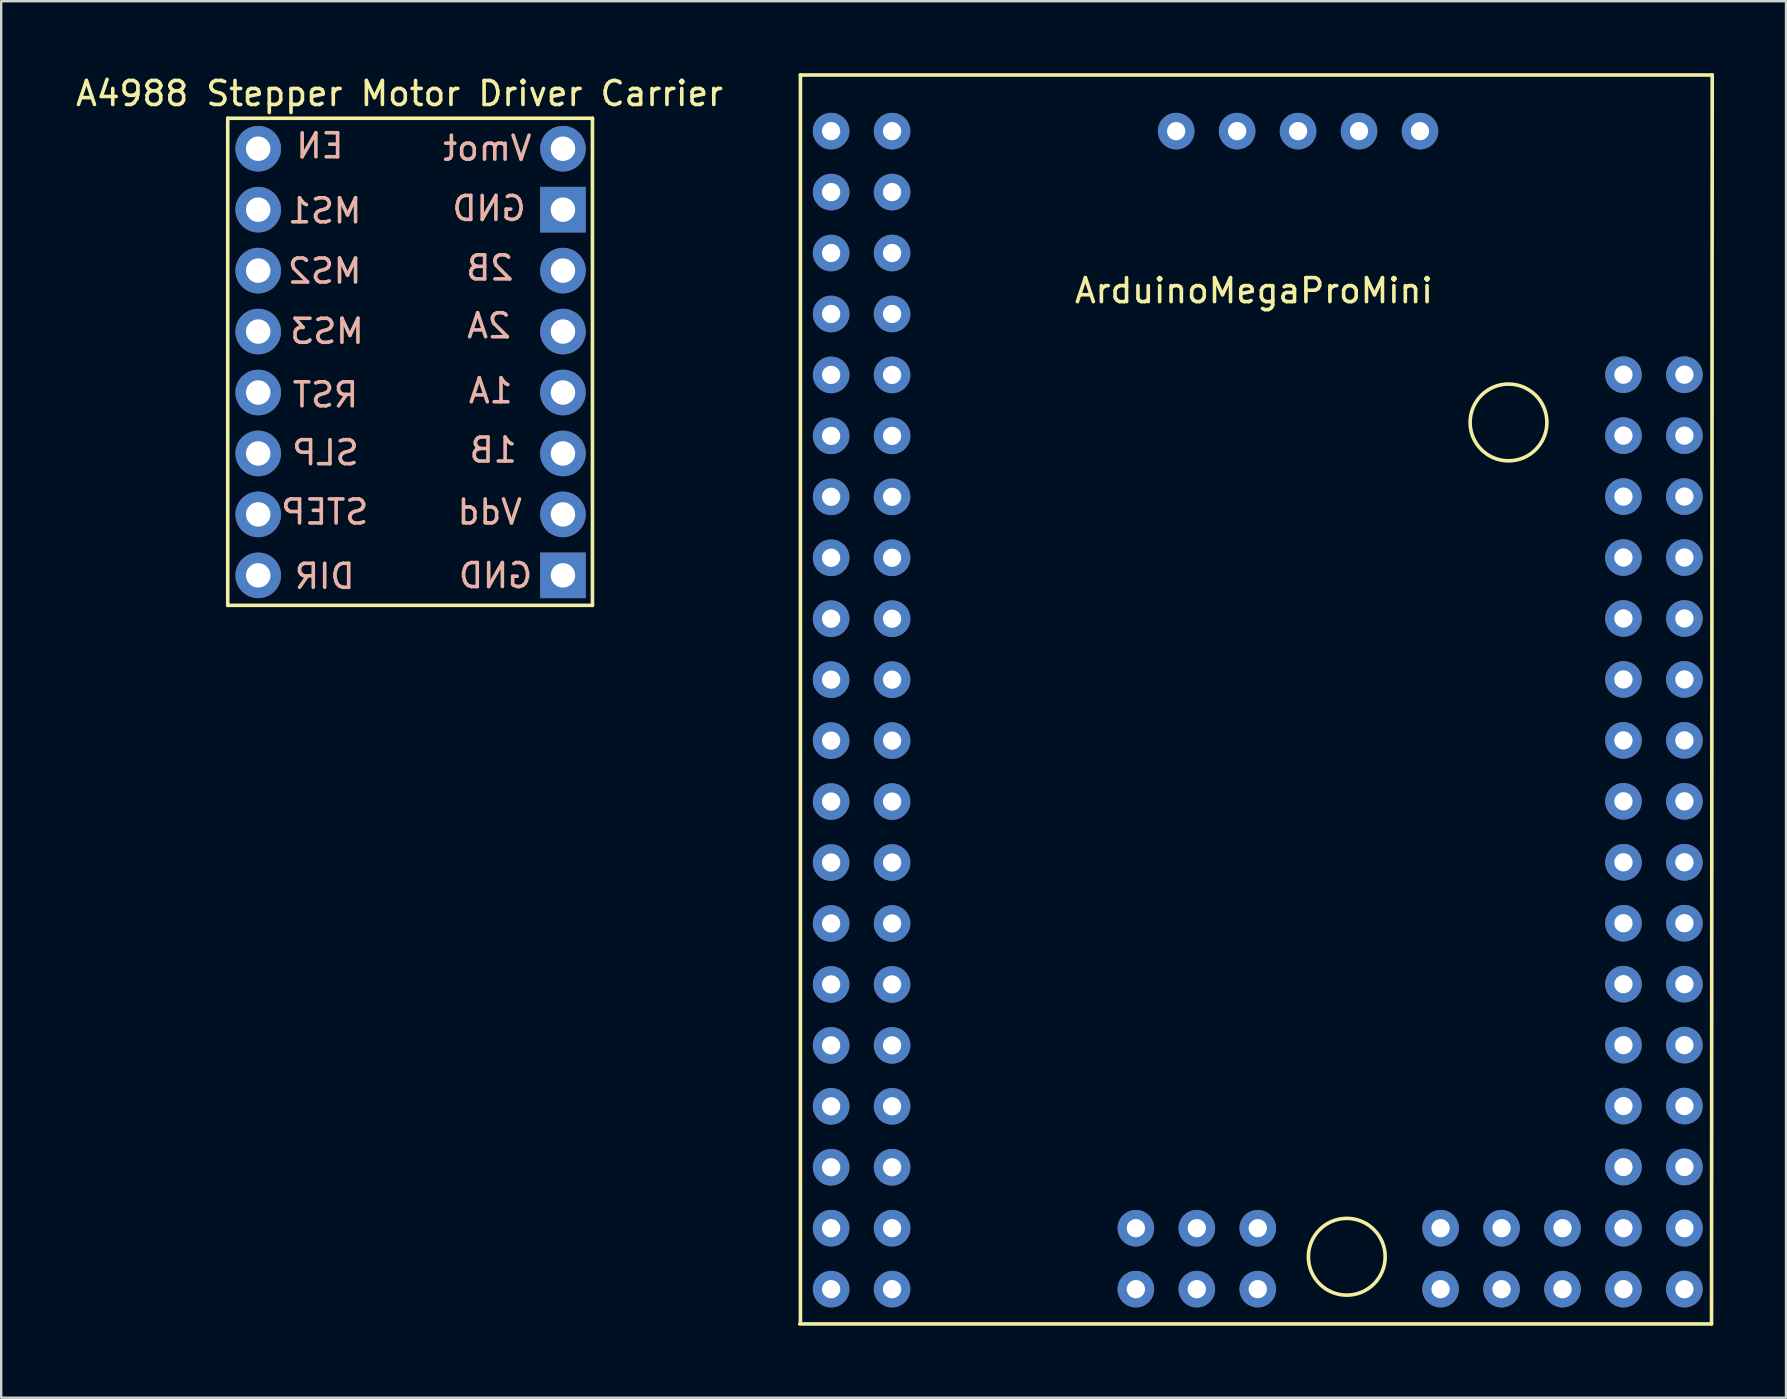
<source format=kicad_pcb>
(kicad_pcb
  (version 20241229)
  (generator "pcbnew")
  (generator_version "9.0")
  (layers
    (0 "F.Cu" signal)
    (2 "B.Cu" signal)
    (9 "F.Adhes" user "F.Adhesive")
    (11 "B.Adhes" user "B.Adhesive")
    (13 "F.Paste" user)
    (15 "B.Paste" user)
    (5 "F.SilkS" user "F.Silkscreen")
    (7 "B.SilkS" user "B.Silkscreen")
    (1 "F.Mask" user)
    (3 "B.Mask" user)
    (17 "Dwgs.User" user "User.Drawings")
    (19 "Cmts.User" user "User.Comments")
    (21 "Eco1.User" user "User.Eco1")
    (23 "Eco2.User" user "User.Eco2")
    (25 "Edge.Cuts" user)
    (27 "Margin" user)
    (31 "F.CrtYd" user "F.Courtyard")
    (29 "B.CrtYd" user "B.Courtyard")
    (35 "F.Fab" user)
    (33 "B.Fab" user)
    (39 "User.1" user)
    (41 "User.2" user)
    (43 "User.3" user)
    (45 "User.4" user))
  (footprint "A4988 Stepper Motor Driver Carrier"
    (layer "F.Cu")
    (at 6.441 1.878)
    (property "Reference" "A4988 Stepper Motor Driver Carrier" (at 7.16 -1.03 0) (layer "F.SilkS") (effects (font (size 1 1) (thickness 0.15))))
    (attr through_hole)
    (fp_line (start 0 0) (end 0 20.3) (stroke (width 0.15) (type solid)) (layer "F.SilkS"))
    (fp_line (start 0 0) (end 15.2 0) (stroke (width 0.15) (type solid)) (layer "F.SilkS"))
    (fp_line (start 0 20.3) (end 15.2 20.3) (stroke (width 0.15) (type solid)) (layer "F.SilkS"))
    (fp_line (start 15.2 0) (end 15.2 20.3) (stroke (width 0.15) (type solid)) (layer "F.SilkS"))
    (fp_text user "MS1" (at 4.04 3.86 0) (layer "B.SilkS") (effects (font (size 1 1) (thickness 0.15)) (justify mirror)))
    (fp_text user "2B" (at 10.92 6.24 0) (layer "B.SilkS") (effects (font (size 1 1) (thickness 0.15)) (justify mirror)))
    (fp_text user "SLP" (at 4.07 13.94 0) (layer "B.SilkS") (effects (font (size 1 1) (thickness 0.15)) (justify mirror)))
    (fp_text user "1A" (at 10.96 11.36 0) (layer "B.SilkS") (effects (font (size 1 1) (thickness 0.15)) (justify mirror)))
    (fp_text user "Vdd" (at 10.92 16.41 0) (layer "B.SilkS") (effects (font (size 1 1) (thickness 0.15)) (justify mirror)))
    (fp_text user "DIR" (at 4.04 19.09 0) (layer "B.SilkS") (effects (font (size 1 1) (thickness 0.15)) (justify mirror)))
    (fp_text user "GND" (at 11.16 19.06 0) (layer "B.SilkS") (effects (font (size 1 1) (thickness 0.15)) (justify mirror)))
    (fp_text user "2A" (at 10.89 8.65 0) (layer "B.SilkS") (effects (font (size 1 1) (thickness 0.15)) (justify mirror)))
    (fp_text user "RST" (at 4.07 11.53 0) (layer "B.SilkS") (effects (font (size 1 1) (thickness 0.15)) (justify mirror)))
    (fp_text user "EN" (at 3.84 1.15 0) (layer "B.SilkS") (effects (font (size 1 1) (thickness 0.15)) (justify mirror)))
    (fp_text user "MS2" (at 4.04 6.37 0) (layer "B.SilkS") (effects (font (size 1 1) (thickness 0.15)) (justify mirror)))
    (fp_text user "MS3" (at 4.14 8.88 0) (layer "B.SilkS") (effects (font (size 1 1) (thickness 0.15)) (justify mirror)))
    (fp_text user "STEP" (at 4.04 16.41 0) (layer "B.SilkS") (effects (font (size 1 1) (thickness 0.15)) (justify mirror)))
    (fp_text user "1B" (at 11.06 13.83 0) (layer "B.SilkS") (effects (font (size 1 1) (thickness 0.15)) (justify mirror)))
    (fp_text user "GND" (at 10.89 3.76 0) (layer "B.SilkS") (effects (font (size 1 1) (thickness 0.15)) (justify mirror)))
    (fp_text user "Vmot" (at 10.82 1.25 0) (layer "B.SilkS") (effects (font (size 1 1) (thickness 0.15)) (justify mirror)))
    (pad "1" thru_hole rect (at 13.97 19.05) (size 1.9 1.9) (drill 1.02) (layers "*.Cu" "*.Mask"))
    (pad "2" thru_hole circle (at 13.97 16.51) (size 1.9 1.9) (drill 1.02) (layers "*.Cu" "*.Mask"))
    (pad "3" thru_hole circle (at 13.97 13.97) (size 1.9 1.9) (drill 1.02) (layers "*.Cu" "*.Mask"))
    (pad "4" thru_hole circle (at 13.97 11.43) (size 1.9 1.9) (drill 1.02) (layers "*.Cu" "*.Mask"))
    (pad "5" thru_hole circle (at 13.97 8.89) (size 1.9 1.9) (drill 1.02) (layers "*.Cu" "*.Mask"))
    (pad "6" thru_hole circle (at 13.97 6.35) (size 1.9 1.9) (drill 1.02) (layers "*.Cu" "*.Mask"))
    (pad "7" thru_hole rect (at 13.97 3.81) (size 1.9 1.9) (drill 1.02) (layers "*.Cu" "*.Mask"))
    (pad "8" thru_hole circle (at 13.97 1.27) (size 1.9 1.9) (drill 1.02) (layers "*.Cu" "*.Mask"))
    (pad "9" thru_hole circle (at 1.27 19.05) (size 1.9 1.9) (drill 1.02) (layers "*.Cu" "*.Mask"))
    (pad "10" thru_hole circle (at 1.27 16.51) (size 1.9 1.9) (drill 1.02) (layers "*.Cu" "*.Mask"))
    (pad "11" thru_hole circle (at 1.27 13.97) (size 1.9 1.9) (drill 1.02) (layers "*.Cu" "*.Mask"))
    (pad "12" thru_hole circle (at 1.27 11.43) (size 1.9 1.9) (drill 1.02) (layers "*.Cu" "*.Mask"))
    (pad "13" thru_hole circle (at 1.27 8.89) (size 1.9 1.9) (drill 1.02) (layers "*.Cu" "*.Mask"))
    (pad "14" thru_hole circle (at 1.27 6.35) (size 1.9 1.9) (drill 1.02) (layers "*.Cu" "*.Mask"))
    (pad "15" thru_hole circle (at 1.27 3.81) (size 1.9 1.9) (drill 1.02) (layers "*.Cu" "*.Mask"))
    (pad "16" thru_hole circle (at 1.27 1.27) (size 1.9 1.9) (drill 1.02) (layers "*.Cu" "*.Mask")))
  (footprint "ArduinoMegaProMini"
    (layer "F.Cu")
    (at 44.287 4.955)
    (property "Reference" "ArduinoMegaProMini" (at 4.92 4.11 0) (layer "F.SilkS") (effects (font (size 1 1) (thickness 0.15))))
    (attr through_hole)
    (fp_line (start -14.01 47.17) (end 23.99 47.17) (stroke (width 0.15) (type solid)) (layer "F.SilkS"))
    (fp_line (start -13.98 -4.88) (end -13.98 47.12) (stroke (width 0.15) (type solid)) (layer "F.SilkS"))
    (fp_line (start -13.98 -4.88) (end 24.02 -4.88) (stroke (width 0.15) (type solid)) (layer "F.SilkS"))
    (fp_line (start 23.99 47.17) (end 24.02 -4.88) (stroke (width 0.15) (type solid)) (layer "F.SilkS"))
    (fp_circle (center 8.79 44.37) (end 10.39 44.37) (stroke (width 0.15) (type solid)) (fill no) (layer "F.SilkS"))
    (fp_circle (center 15.53 9.6) (end 17.13 9.6) (stroke (width 0.15) (type solid)) (fill no) (layer "F.SilkS"))
    (pad "0" thru_hole circle (at -10.16 7.62) (size 1.524 1.524) (drill 0.762) (layers "*.Cu" "*.Mask"))
    (pad "1" thru_hole circle (at -12.7 7.62) (size 1.524 1.524) (drill 0.762) (layers "*.Cu" "*.Mask"))
    (pad "2" thru_hole circle (at -10.16 10.16) (size 1.524 1.524) (drill 0.762) (layers "*.Cu" "*.Mask"))
    (pad "3" thru_hole circle (at -12.7 10.16) (size 1.524 1.524) (drill 0.762) (layers "*.Cu" "*.Mask"))
    (pad "4" thru_hole circle (at -10.16 12.7) (size 1.524 1.524) (drill 0.762) (layers "*.Cu" "*.Mask"))
    (pad "5" thru_hole circle (at -12.7 12.7) (size 1.524 1.524) (drill 0.762) (layers "*.Cu" "*.Mask"))
    (pad "6" thru_hole circle (at -10.16 15.24) (size 1.524 1.524) (drill 0.762) (layers "*.Cu" "*.Mask"))
    (pad "7" thru_hole circle (at -12.7 15.24) (size 1.524 1.524) (drill 0.762) (layers "*.Cu" "*.Mask"))
    (pad "8" thru_hole circle (at -10.16 17.78) (size 1.524 1.524) (drill 0.762) (layers "*.Cu" "*.Mask"))
    (pad "9" thru_hole circle (at -12.7 17.78) (size 1.524 1.524) (drill 0.762) (layers "*.Cu" "*.Mask"))
    (pad "10" thru_hole circle (at -10.16 20.32) (size 1.524 1.524) (drill 0.762) (layers "*.Cu" "*.Mask"))
    (pad "11" thru_hole circle (at -12.7 20.32) (size 1.524 1.524) (drill 0.762) (layers "*.Cu" "*.Mask"))
    (pad "12" thru_hole circle (at -10.16 22.86) (size 1.524 1.524) (drill 0.762) (layers "*.Cu" "*.Mask"))
    (pad "13" thru_hole circle (at -12.7 22.86) (size 1.524 1.524) (drill 0.762) (layers "*.Cu" "*.Mask"))
    (pad "14" thru_hole circle (at -10.16 25.4) (size 1.524 1.524) (drill 0.762) (layers "*.Cu" "*.Mask"))
    (pad "15" thru_hole circle (at -12.7 25.4) (size 1.524 1.524) (drill 0.762) (layers "*.Cu" "*.Mask"))
    (pad "16" thru_hole circle (at -10.16 27.94) (size 1.524 1.524) (drill 0.762) (layers "*.Cu" "*.Mask"))
    (pad "17" thru_hole circle (at -12.7 27.94) (size 1.524 1.524) (drill 0.762) (layers "*.Cu" "*.Mask"))
    (pad "18" thru_hole circle (at -10.16 30.48) (size 1.524 1.524) (drill 0.762) (layers "*.Cu" "*.Mask"))
    (pad "19" thru_hole circle (at -12.7 30.48) (size 1.524 1.524) (drill 0.762) (layers "*.Cu" "*.Mask"))
    (pad "20" thru_hole circle (at -10.16 33.02) (size 1.524 1.524) (drill 0.762) (layers "*.Cu" "*.Mask"))
    (pad "21" thru_hole circle (at -12.7 33.02) (size 1.524 1.524) (drill 0.762) (layers "*.Cu" "*.Mask"))
    (pad "22" thru_hole circle (at -10.16 35.56) (size 1.524 1.524) (drill 0.762) (layers "*.Cu" "*.Mask"))
    (pad "23" thru_hole circle (at -12.7 35.56) (size 1.524 1.524) (drill 0.762) (layers "*.Cu" "*.Mask"))
    (pad "24" thru_hole circle (at -10.16 38.1) (size 1.524 1.524) (drill 0.762) (layers "*.Cu" "*.Mask"))
    (pad "25" thru_hole circle (at -12.7 38.1) (size 1.524 1.524) (drill 0.762) (layers "*.Cu" "*.Mask"))
    (pad "26" thru_hole circle (at -10.16 40.64) (size 1.524 1.524) (drill 0.762) (layers "*.Cu" "*.Mask"))
    (pad "27" thru_hole circle (at -12.7 40.64) (size 1.524 1.524) (drill 0.762) (layers "*.Cu" "*.Mask"))
    (pad "28" thru_hole circle (at -10.16 43.18) (size 1.524 1.524) (drill 0.762) (layers "*.Cu" "*.Mask"))
    (pad "29" thru_hole circle (at -12.7 43.18) (size 1.524 1.524) (drill 0.762) (layers "*.Cu" "*.Mask"))
    (pad "30" thru_hole circle (at -10.16 45.72) (size 1.524 1.524) (drill 0.762) (layers "*.Cu" "*.Mask"))
    (pad "31" thru_hole circle (at -12.7 45.72) (size 1.524 1.524) (drill 0.762) (layers "*.Cu" "*.Mask"))
    (pad "32" thru_hole circle (at 22.86 27.93) (size 1.524 1.524) (drill 0.762) (layers "*.Cu" "*.Mask"))
    (pad "33" thru_hole circle (at 20.32 27.93) (size 1.524 1.524) (drill 0.762) (layers "*.Cu" "*.Mask"))
    (pad "34" thru_hole circle (at 22.86 30.47) (size 1.524 1.524) (drill 0.762) (layers "*.Cu" "*.Mask"))
    (pad "35" thru_hole circle (at 20.32 30.47) (size 1.524 1.524) (drill 0.762) (layers "*.Cu" "*.Mask"))
    (pad "36" thru_hole circle (at 22.86 33.01) (size 1.524 1.524) (drill 0.762) (layers "*.Cu" "*.Mask"))
    (pad "37" thru_hole circle (at 20.32 33.01) (size 1.524 1.524) (drill 0.762) (layers "*.Cu" "*.Mask"))
    (pad "38" thru_hole circle (at 22.86 35.55) (size 1.524 1.524) (drill 0.762) (layers "*.Cu" "*.Mask"))
    (pad "39" thru_hole circle (at 20.32 35.55) (size 1.524 1.524) (drill 0.762) (layers "*.Cu" "*.Mask"))
    (pad "40" thru_hole circle (at 22.86 38.09) (size 1.524 1.524) (drill 0.762) (layers "*.Cu" "*.Mask"))
    (pad "41" thru_hole circle (at 20.32 38.09) (size 1.524 1.524) (drill 0.762) (layers "*.Cu" "*.Mask"))
    (pad "42" thru_hole circle (at 22.86 40.63) (size 1.524 1.524) (drill 0.762) (layers "*.Cu" "*.Mask"))
    (pad "43" thru_hole circle (at 20.32 40.63) (size 1.524 1.524) (drill 0.762) (layers "*.Cu" "*.Mask"))
    (pad "44" thru_hole circle (at 22.86 43.18) (size 1.524 1.524) (drill 0.762) (layers "*.Cu" "*.Mask"))
    (pad "45" thru_hole circle (at 20.32 43.18) (size 1.524 1.524) (drill 0.762) (layers "*.Cu" "*.Mask"))
    (pad "46" thru_hole circle (at 22.86 45.72) (size 1.524 1.524) (drill 0.762) (layers "*.Cu" "*.Mask"))
    (pad "47" thru_hole circle (at 20.32 45.72) (size 1.524 1.524) (drill 0.762) (layers "*.Cu" "*.Mask"))
    (pad "48" thru_hole circle (at 17.78 45.72) (size 1.524 1.524) (drill 0.762) (layers "*.Cu" "*.Mask"))
    (pad "49" thru_hole circle (at 17.78 43.18) (size 1.524 1.524) (drill 0.762) (layers "*.Cu" "*.Mask"))
    (pad "50" thru_hole circle (at 15.24 45.72) (size 1.524 1.524) (drill 0.762) (layers "*.Cu" "*.Mask"))
    (pad "51" thru_hole circle (at 15.24 43.18) (size 1.524 1.524) (drill 0.762) (layers "*.Cu" "*.Mask"))
    (pad "52" thru_hole circle (at 12.7 45.72) (size 1.524 1.524) (drill 0.762) (layers "*.Cu" "*.Mask"))
    (pad "53" thru_hole circle (at 12.7 43.18) (size 1.524 1.524) (drill 0.762) (layers "*.Cu" "*.Mask"))
    (pad "54" thru_hole circle (at 22.86 7.61) (size 1.524 1.524) (drill 0.762) (layers "*.Cu" "*.Mask"))
    (pad "55" thru_hole circle (at 20.32 7.61) (size 1.524 1.524) (drill 0.762) (layers "*.Cu" "*.Mask"))
    (pad "56" thru_hole circle (at 22.86 10.15) (size 1.524 1.524) (drill 0.762) (layers "*.Cu" "*.Mask"))
    (pad "57" thru_hole circle (at 20.32 10.15) (size 1.524 1.524) (drill 0.762) (layers "*.Cu" "*.Mask"))
    (pad "58" thru_hole circle (at 22.86 12.69) (size 1.524 1.524) (drill 0.762) (layers "*.Cu" "*.Mask"))
    (pad "59" thru_hole circle (at 20.32 12.69) (size 1.524 1.524) (drill 0.762) (layers "*.Cu" "*.Mask"))
    (pad "60" thru_hole circle (at 22.86 15.23) (size 1.524 1.524) (drill 0.762) (layers "*.Cu" "*.Mask"))
    (pad "61" thru_hole circle (at 20.32 15.23) (size 1.524 1.524) (drill 0.762) (layers "*.Cu" "*.Mask"))
    (pad "62" thru_hole circle (at 22.86 17.77) (size 1.524 1.524) (drill 0.762) (layers "*.Cu" "*.Mask"))
    (pad "63" thru_hole circle (at 20.32 17.77) (size 1.524 1.524) (drill 0.762) (layers "*.Cu" "*.Mask"))
    (pad "64" thru_hole circle (at 22.86 20.31) (size 1.524 1.524) (drill 0.762) (layers "*.Cu" "*.Mask"))
    (pad "65" thru_hole circle (at 20.32 20.31) (size 1.524 1.524) (drill 0.762) (layers "*.Cu" "*.Mask"))
    (pad "66" thru_hole circle (at 22.86 22.85) (size 1.524 1.524) (drill 0.762) (layers "*.Cu" "*.Mask"))
    (pad "67" thru_hole circle (at 20.32 22.85) (size 1.524 1.524) (drill 0.762) (layers "*.Cu" "*.Mask"))
    (pad "68" thru_hole circle (at 22.86 25.39) (size 1.524 1.524) (drill 0.762) (layers "*.Cu" "*.Mask"))
    (pad "69" thru_hole circle (at 20.32 25.39) (size 1.524 1.524) (drill 0.762) (layers "*.Cu" "*.Mask"))
    (pad "70" thru_hole circle (at 0 43.18) (size 1.524 1.524) (drill 0.762) (layers "*.Cu" "*.Mask"))
    (pad "71" thru_hole circle (at 2.54 43.18) (size 1.524 1.524) (drill 0.762) (layers "*.Cu" "*.Mask"))
    (pad "72" thru_hole circle (at 5.08 43.18) (size 1.524 1.524) (drill 0.762) (layers "*.Cu" "*.Mask"))
    (pad "73" thru_hole circle (at 0 45.72) (size 1.524 1.524) (drill 0.762) (layers "*.Cu" "*.Mask"))
    (pad "74" thru_hole circle (at 2.54 45.72) (size 1.524 1.524) (drill 0.762) (layers "*.Cu" "*.Mask"))
    (pad "75" thru_hole circle (at 5.08 45.72) (size 1.524 1.524) (drill 0.762) (layers "*.Cu" "*.Mask"))
    (pad "76" thru_hole circle (at -12.7 5.08) (size 1.524 1.524) (drill 0.762) (layers "*.Cu" "*.Mask"))
    (pad "77" thru_hole circle (at -10.16 5.08) (size 1.524 1.524) (drill 0.762) (layers "*.Cu" "*.Mask"))
    (pad "78" thru_hole circle (at -10.16 2.54) (size 1.524 1.524) (drill 0.762) (layers "*.Cu" "*.Mask"))
    (pad "79" thru_hole circle (at -12.7 2.54) (size 1.524 1.524) (drill 0.762) (layers "*.Cu" "*.Mask"))
    (pad "80" thru_hole circle (at -10.16 0) (size 1.524 1.524) (drill 0.762) (layers "*.Cu" "*.Mask"))
    (pad "81" thru_hole circle (at -10.16 -2.54) (size 1.524 1.524) (drill 0.762) (layers "*.Cu" "*.Mask"))
    (pad "82" thru_hole circle (at 11.84 -2.54) (size 1.524 1.524) (drill 0.762) (layers "*.Cu" "*.Mask"))
    (pad "83" thru_hole circle (at 9.3 -2.54) (size 1.524 1.524) (drill 0.762) (layers "*.Cu" "*.Mask"))
    (pad "84" thru_hole circle (at 6.76 -2.54) (size 1.524 1.524) (drill 0.762) (layers "*.Cu" "*.Mask"))
    (pad "85" thru_hole circle (at 4.22 -2.54) (size 1.524 1.524) (drill 0.762) (layers "*.Cu" "*.Mask"))
    (pad "86" thru_hole circle (at 1.68 -2.54) (size 1.524 1.524) (drill 0.762) (layers "*.Cu" "*.Mask"))
    (pad "87" thru_hole circle (at -12.7 0) (size 1.524 1.524) (drill 0.762) (layers "*.Cu" "*.Mask"))
    (pad "88" thru_hole circle (at -12.7 -2.54) (size 1.524 1.524) (drill 0.762) (layers "*.Cu" "*.Mask")))
  (gr_rect
    (start -3 -3)
    (end 71.382 55.2)
    (stroke (width 0.1) (type default))
    (fill no)
    (layer "Edge.Cuts")))
</source>
